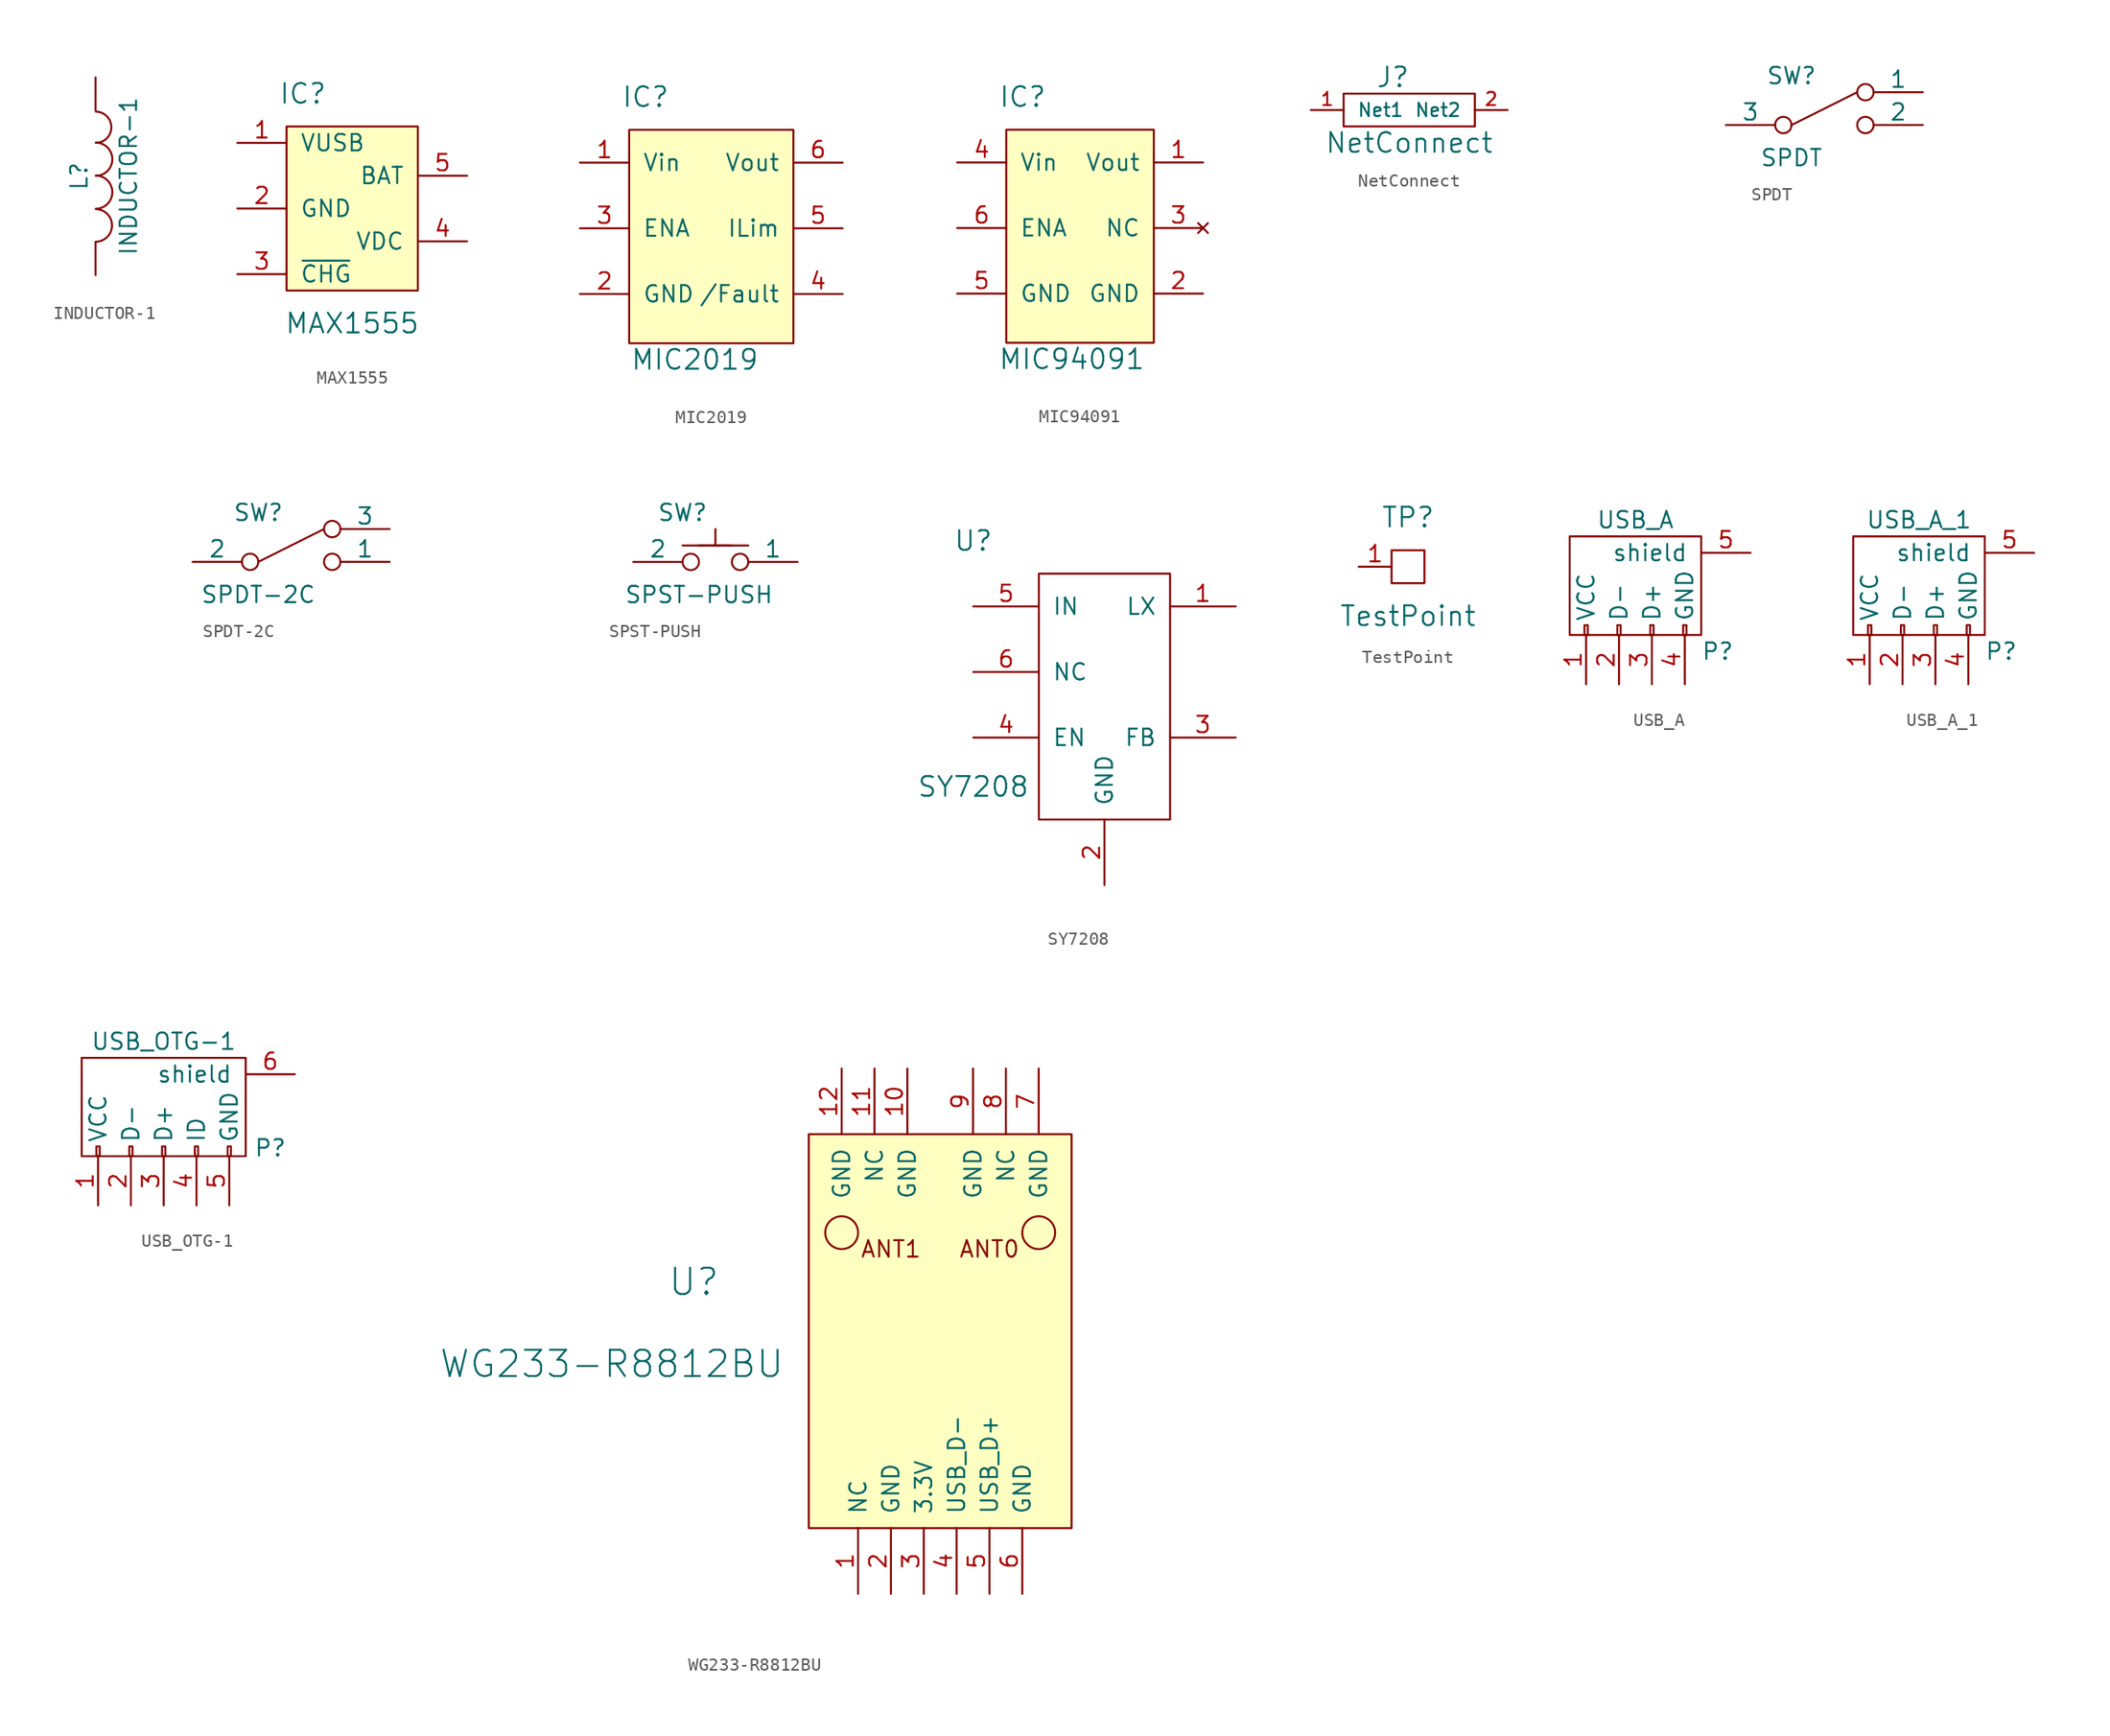
<source format=kicad_sym>
(kicad_symbol_lib
  (version 20210619)
  (generator kicad_symbol_editor)
  (symbol "CustomComponents:INDUCTOR-1"
    (pin_numbers hide)
    (pin_names
      (offset 1.016) hide)
    (property "Reference" "L"
      (at -1.27 0 90)
      (effects (font (size 1.27 1.27))))
    (property "Value" "INDUCTOR-1"
      (at 2.54 0 90)
      (effects (font (size 1.27 1.27))))
    (property "Footprint" ""
      (at 0 0 0)
      (effects (font (size 1.27 1.27))))
    (property "Datasheet" ""
      (at 0 0 0)
      (effects (font (size 1.27 1.27))))
    (symbol "INDUCTOR-1_0_1"
      (arc (start 0.0254 -5.0546) (end 0.0254 -2.54) (radius (at 0 -3.81) (length 1.27) (angles -88.9 88.9)) (stroke (width 0)) (fill (type none)))
      (arc (start 0.0254 -2.5146) (end 0.0254 0.0508) (radius (at 0 -1.2446) (length 1.2954) (angles -88.9 88.9)) (stroke (width 0)) (fill (type none)))
      (arc (start 0.0254 0.0254) (end 0.0254 2.5908) (radius (at 0 1.2954) (length 1.2954) (angles -88.9 88.9)) (stroke (width 0)) (fill (type none)))
      (arc (start 0.0254 2.5654) (end 0.0254 4.9784) (radius (at 0 3.7592) (length 1.2192) (angles -88.9 88.9)) (stroke (width 0)) (fill (type none))))
    (symbol "INDUCTOR-1_1_1"
      (pin passive line (at 0 7.62 270) (length 2.54) (name "1" (effects (font (size 1.27 1.27)))) (number "1" (effects (font (size 1.27 1.27)))))
      (pin passive line (at 0 -7.62 90) (length 2.54) (name "2" (effects (font (size 1.27 1.27)))) (number "2" (effects (font (size 1.27 1.27)))))))
  (symbol "CustomComponents:MAX1555"
    (pin_names
      (offset 1.016))
    (property "Reference" "IC"
      (at -3.81 8.89 0)
      (effects (font (size 1.524 1.524))))
    (property "Value" "MAX1555"
      (at 0 -8.89 0)
      (effects (font (size 1.524 1.524))))
    (property "Footprint" ""
      (at 0 0 0)
      (effects (font (size 1.524 1.524))))
    (property "Datasheet" ""
      (at 0 0 0)
      (effects (font (size 1.524 1.524))))
    (symbol "MAX1555_0_1"
      (rectangle (start -5.08 6.35) (end 5.08 -6.35) (stroke (width 0)) (fill (type background))))
    (symbol "MAX1555_1_1"
      (pin power_in line (at -8.89 5.08 0) (length 3.81) (name "VUSB" (effects (font (size 1.27 1.27)))) (number "1" (effects (font (size 1.27 1.27)))))
      (pin power_in line (at -8.89 0 0) (length 3.81) (name "GND" (effects (font (size 1.27 1.27)))) (number "2" (effects (font (size 1.27 1.27)))))
      (pin output line (at -8.89 -5.08 0) (length 3.81) (name "~{CHG}" (effects (font (size 1.27 1.27)))) (number "3" (effects (font (size 1.27 1.27)))))
      (pin power_in line (at 8.89 -2.54 180) (length 3.81) (name "VDC" (effects (font (size 1.27 1.27)))) (number "4" (effects (font (size 1.27 1.27)))))
      (pin power_in line (at 8.89 2.54 180) (length 3.81) (name "BAT" (effects (font (size 1.27 1.27)))) (number "5" (effects (font (size 1.27 1.27)))))))
  (symbol "CustomComponents:MIC2019"
    (pin_names
      (offset 1.016))
    (property "Reference" "IC"
      (at -3.81 8.89 0)
      (effects (font (size 1.524 1.524))))
    (property "Value" "MIC2019"
      (at 0 -11.43 0)
      (effects (font (size 1.524 1.524))))
    (property "Footprint" ""
      (at 0 0 0)
      (effects (font (size 1.524 1.524))))
    (property "Datasheet" ""
      (at 0 0 0)
      (effects (font (size 1.524 1.524))))
    (symbol "MIC2019_0_1"
      (rectangle (start -5.08 6.35) (end 7.62 -10.16) (stroke (width 0)) (fill (type background))))
    (symbol "MIC2019_1_1"
      (pin input line (at -8.89 3.81 0) (length 3.81) (name "Vin" (effects (font (size 1.27 1.27)))) (number "1" (effects (font (size 1.27 1.27)))))
      (pin input line (at -8.89 -6.35 0) (length 3.81) (name "GND" (effects (font (size 1.27 1.27)))) (number "2" (effects (font (size 1.27 1.27)))))
      (pin input line (at -8.89 -1.27 0) (length 3.81) (name "ENA" (effects (font (size 1.27 1.27)))) (number "3" (effects (font (size 1.27 1.27)))))
      (pin output line (at 11.43 -6.35 180) (length 3.81) (name "/Fault" (effects (font (size 1.27 1.27)))) (number "4" (effects (font (size 1.27 1.27)))))
      (pin input line (at 11.43 -1.27 180) (length 3.81) (name "ILim" (effects (font (size 1.27 1.27)))) (number "5" (effects (font (size 1.27 1.27)))))
      (pin power_out line (at 11.43 3.81 180) (length 3.81) (name "Vout" (effects (font (size 1.27 1.27)))) (number "6" (effects (font (size 1.27 1.27)))))))
  (symbol "CustomComponents:MIC94091"
    (pin_names
      (offset 1.016))
    (property "Reference" "IC"
      (at -3.81 8.89 0)
      (effects (font (size 1.524 1.524))))
    (property "Value" "MIC94091"
      (at 0 -11.43 0)
      (effects (font (size 1.524 1.524))))
    (property "Footprint" ""
      (at 0 0 0)
      (effects (font (size 1.524 1.524))))
    (property "Datasheet" ""
      (at 0 0 0)
      (effects (font (size 1.524 1.524))))
    (symbol "MIC94091_0_1"
      (rectangle (start -5.08 6.35) (end 6.35 -10.16) (stroke (width 0)) (fill (type background))))
    (symbol "MIC94091_1_1"
      (pin power_out line (at 10.16 3.81 180) (length 3.81) (name "Vout" (effects (font (size 1.27 1.27)))) (number "1" (effects (font (size 1.27 1.27)))))
      (pin input line (at 10.16 -6.35 180) (length 3.81) (name "GND" (effects (font (size 1.27 1.27)))) (number "2" (effects (font (size 1.27 1.27)))))
      (pin no_connect line (at 10.16 -1.27 180) (length 3.81) (name "NC" (effects (font (size 1.27 1.27)))) (number "3" (effects (font (size 1.27 1.27)))))
      (pin input line (at -8.89 3.81 0) (length 3.81) (name "Vin" (effects (font (size 1.27 1.27)))) (number "4" (effects (font (size 1.27 1.27)))))
      (pin input line (at -8.89 -6.35 0) (length 3.81) (name "GND" (effects (font (size 1.27 1.27)))) (number "5" (effects (font (size 1.27 1.27)))))
      (pin input line (at -8.89 -1.27 0) (length 3.81) (name "ENA" (effects (font (size 1.27 1.27)))) (number "6" (effects (font (size 1.27 1.27)))))))
  (symbol "CustomComponents:NetConnect"
    (pin_names
      (offset 1.016))
    (property "Reference" "J"
      (at -1.27 2.54 0)
      (effects (font (size 1.524 1.524))))
    (property "Value" "NetConnect"
      (at 0 -2.54 0)
      (effects (font (size 1.524 1.524))))
    (symbol "NetConnect_0_1"
      (rectangle (start -5.08 1.27) (end 5.08 -1.27) (stroke (width 0)) (fill (type none))))
    (symbol "NetConnect_1_1"
      (pin input line (at -7.62 0 0) (length 2.54) (name "Net1" (effects (font (size 1.016 1.016)))) (number "1" (effects (font (size 1.016 1.016)))))
      (pin input line (at 7.62 0 180) (length 2.54) (name "Net2" (effects (font (size 1.016 1.016)))) (number "2" (effects (font (size 1.016 1.016)))))))
  (symbol "CustomComponents:SPDT"
    (pin_numbers hide)
    (pin_names
      (offset 0))
    (property "Reference" "SW"
      (at -2.54 3.81 0)
      (effects (font (size 1.27 1.27))))
    (property "Value" "SPDT"
      (at -2.54 -2.54 0)
      (effects (font (size 1.27 1.27))))
    (property "Footprint" ""
      (at -15.875 4.445 0)
      (effects (font (size 1.27 1.27))))
    (property "Datasheet" ""
      (at -15.875 4.445 0)
      (effects (font (size 1.27 1.27))))
    (symbol "SPDT_0_1"
      (circle (center -3.175 0) (radius 0.635) (stroke (width 0)) (fill (type none)))
      (circle (center 3.175 0) (radius 0.635) (stroke (width 0)) (fill (type none)))
      (circle (center 3.175 2.54) (radius 0.635) (stroke (width 0)) (fill (type none)))
      (polyline (pts (xy -2.54 0) (xy 2.54 2.54)) (stroke (width 0)) (fill (type none))))
    (symbol "SPDT_1_1"
      (pin passive line (at 7.62 2.54 180) (length 3.81) (name "1" (effects (font (size 1.27 1.27)))) (number "1" (effects (font (size 1.27 1.27)))))
      (pin passive line (at 7.62 0 180) (length 3.81) (name "2" (effects (font (size 1.27 1.27)))) (number "2" (effects (font (size 1.27 1.27)))))
      (pin passive line (at -7.62 0 0) (length 3.81) (name "3" (effects (font (size 1.27 1.27)))) (number "3" (effects (font (size 1.27 1.27)))))))
  (symbol "CustomComponents:SPDT-2C"
    (pin_numbers hide)
    (pin_names
      (offset 0))
    (property "Reference" "SW"
      (at -2.54 3.81 0)
      (effects (font (size 1.27 1.27))))
    (property "Value" "SPDT-2C"
      (at -2.54 -2.54 0)
      (effects (font (size 1.27 1.27))))
    (property "Footprint" ""
      (at -15.875 4.445 0)
      (effects (font (size 1.27 1.27))))
    (property "Datasheet" ""
      (at -15.875 4.445 0)
      (effects (font (size 1.27 1.27))))
    (symbol "SPDT-2C_0_1"
      (circle (center -3.175 0) (radius 0.635) (stroke (width 0)) (fill (type none)))
      (circle (center 3.175 0) (radius 0.635) (stroke (width 0)) (fill (type none)))
      (circle (center 3.175 2.54) (radius 0.635) (stroke (width 0)) (fill (type none)))
      (polyline (pts (xy -2.54 0) (xy 2.54 2.54)) (stroke (width 0)) (fill (type none))))
    (symbol "SPDT-2C_1_1"
      (pin passive line (at 7.62 0 180) (length 3.81) (name "1" (effects (font (size 1.27 1.27)))) (number "1" (effects (font (size 1.27 1.27)))))
      (pin passive line (at -7.62 0 0) (length 3.81) (name "2" (effects (font (size 1.27 1.27)))) (number "2" (effects (font (size 1.27 1.27)))))
      (pin passive line (at 7.62 2.54 180) (length 3.81) (name "3" (effects (font (size 1.27 1.27)))) (number "3" (effects (font (size 1.27 1.27)))))))
  (symbol "CustomComponents:SPST-PUSH"
    (pin_numbers hide)
    (pin_names
      (offset 0))
    (property "Reference" "SW"
      (at -2.54 3.81 0)
      (effects (font (size 1.27 1.27))))
    (property "Value" "SPST-PUSH"
      (at -1.27 -2.54 0)
      (effects (font (size 1.27 1.27))))
    (property "Footprint" ""
      (at -15.875 4.445 0)
      (effects (font (size 1.27 1.27))))
    (property "Datasheet" ""
      (at -15.875 4.445 0)
      (effects (font (size 1.27 1.27))))
    (symbol "SPST-PUSH_0_1"
      (circle (center -1.905 0) (radius 0.635) (stroke (width 0)) (fill (type none)))
      (circle (center 1.905 0) (radius 0.635) (stroke (width 0)) (fill (type none)))
      (polyline (pts (xy -1.27 1.27) (xy -2.54 1.27) (xy 1.27 1.27) (xy 2.54 1.27)) (stroke (width 0)) (fill (type none)))
      (polyline (pts (xy -1.27 1.27) (xy 1.27 1.27) (xy 0 1.27) (xy 0 2.54)) (stroke (width 0)) (fill (type none))))
    (symbol "SPST-PUSH_1_1"
      (pin passive line (at 6.35 0 180) (length 3.81) (name "1" (effects (font (size 1.27 1.27)))) (number "1" (effects (font (size 1.27 1.27)))))
      (pin passive line (at -6.35 0 0) (length 3.81) (name "2" (effects (font (size 1.27 1.27)))) (number "2" (effects (font (size 1.27 1.27)))))))
  (symbol "CustomComponents:SY7208"
    (pin_names
      (offset 1.016))
    (property "Reference" "U"
      (at -10.16 5.08 0)
      (effects (font (size 1.524 1.524))))
    (property "Value" "SY7208"
      (at -10.16 -13.97 0)
      (effects (font (size 1.524 1.524))))
    (symbol "SY7208_0_1"
      (rectangle (start -5.08 2.54) (end 5.08 -16.51) (stroke (width 0)) (fill (type none))))
    (symbol "SY7208_1_1"
      (pin input line (at 10.16 0 180) (length 5.08) (name "LX" (effects (font (size 1.27 1.27)))) (number "1" (effects (font (size 1.27 1.27)))))
      (pin input line (at 0 -21.59 90) (length 5.08) (name "GND" (effects (font (size 1.27 1.27)))) (number "2" (effects (font (size 1.27 1.27)))))
      (pin input line (at 10.16 -10.16 180) (length 5.08) (name "FB" (effects (font (size 1.27 1.27)))) (number "3" (effects (font (size 1.27 1.27)))))
      (pin input line (at -10.16 -10.16 0) (length 5.08) (name "EN" (effects (font (size 1.27 1.27)))) (number "4" (effects (font (size 1.27 1.27)))))
      (pin input line (at -10.16 0 0) (length 5.08) (name "IN" (effects (font (size 1.27 1.27)))) (number "5" (effects (font (size 1.27 1.27)))))
      (pin input line (at -10.16 -5.08 0) (length 5.08) (name "NC" (effects (font (size 1.27 1.27)))) (number "6" (effects (font (size 1.27 1.27)))))))
  (symbol "CustomComponents:TestPoint"
    (pin_names
      (offset 1.016))
    (property "Reference" "TP"
      (at -1.27 3.81 0)
      (effects (font (size 1.524 1.524))))
    (property "Value" "TestPoint"
      (at -1.27 -3.81 0)
      (effects (font (size 1.524 1.524))))
    (symbol "TestPoint_0_1"
      (rectangle (start -2.54 1.27) (end 0 -1.27) (stroke (width 0)) (fill (type none))))
    (symbol "TestPoint_1_1"
      (pin input line (at -5.08 0 0) (length 2.54) (name "~" (effects (font (size 1.27 1.27)))) (number "1" (effects (font (size 1.27 1.27)))))))
  (symbol "CustomComponents:USB_A"
    (pin_names
      (offset 1.016))
    (property "Reference" "P"
      (at 5.08 -5.08 0)
      (effects (font (size 1.27 1.27))))
    (property "Value" "USB_A"
      (at -1.27 5.08 0)
      (effects (font (size 1.27 1.27))))
    (property "Footprint" ""
      (at -1.27 -2.54 90)
      (effects (font (size 1.27 1.27))))
    (property "Datasheet" ""
      (at -1.27 -2.54 90)
      (effects (font (size 1.27 1.27))))
    (symbol "USB_A_0_1"
      (rectangle (start -6.35 -3.81) (end 3.81 3.81) (stroke (width 0)) (fill (type none)))
      (rectangle (start -5.207 -3.81) (end -4.953 -3.048) (stroke (width 0)) (fill (type none)))
      (rectangle (start -2.667 -3.81) (end -2.413 -3.048) (stroke (width 0)) (fill (type none)))
      (rectangle (start -0.127 -3.81) (end 0.127 -3.048) (stroke (width 0)) (fill (type none)))
      (rectangle (start 2.413 -3.81) (end 2.667 -3.048) (stroke (width 0)) (fill (type none))))
    (symbol "USB_A_1_1"
      (pin input line (at -5.08 -7.62 90) (length 3.81) (name "VCC" (effects (font (size 1.27 1.27)))) (number "1" (effects (font (size 1.27 1.27)))))
      (pin passive line (at -2.54 -7.62 90) (length 3.81) (name "D-" (effects (font (size 1.27 1.27)))) (number "2" (effects (font (size 1.27 1.27)))))
      (pin passive line (at 0 -7.62 90) (length 3.81) (name "D+" (effects (font (size 1.27 1.27)))) (number "3" (effects (font (size 1.27 1.27)))))
      (pin input line (at 2.54 -7.62 90) (length 3.81) (name "GND" (effects (font (size 1.27 1.27)))) (number "4" (effects (font (size 1.27 1.27)))))
      (pin passive line (at 7.62 2.54 180) (length 3.81) (name "shield" (effects (font (size 1.27 1.27)))) (number "5" (effects (font (size 1.27 1.27)))))))
  (symbol "CustomComponents:USB_A_1"
    (pin_names
      (offset 1.016))
    (property "Reference" "P"
      (at 5.08 -5.08 0)
      (effects (font (size 1.27 1.27))))
    (property "Value" "USB_A_1"
      (at -1.27 5.08 0)
      (effects (font (size 1.27 1.27))))
    (property "Footprint" ""
      (at -1.27 -2.54 90)
      (effects (font (size 1.27 1.27))))
    (property "Datasheet" ""
      (at -1.27 -2.54 90)
      (effects (font (size 1.27 1.27))))
    (symbol "USB_A_1_0_1"
      (rectangle (start -6.35 -3.81) (end 3.81 3.81) (stroke (width 0)) (fill (type none)))
      (rectangle (start -5.207 -3.81) (end -4.953 -3.048) (stroke (width 0)) (fill (type none)))
      (rectangle (start -2.667 -3.81) (end -2.413 -3.048) (stroke (width 0)) (fill (type none)))
      (rectangle (start -0.127 -3.81) (end 0.127 -3.048) (stroke (width 0)) (fill (type none)))
      (rectangle (start 2.413 -3.81) (end 2.667 -3.048) (stroke (width 0)) (fill (type none))))
    (symbol "USB_A_1_1_1"
      (pin input line (at -5.08 -7.62 90) (length 3.81) (name "VCC" (effects (font (size 1.27 1.27)))) (number "1" (effects (font (size 1.27 1.27)))))
      (pin passive line (at -2.54 -7.62 90) (length 3.81) (name "D-" (effects (font (size 1.27 1.27)))) (number "2" (effects (font (size 1.27 1.27)))))
      (pin passive line (at 0 -7.62 90) (length 3.81) (name "D+" (effects (font (size 1.27 1.27)))) (number "3" (effects (font (size 1.27 1.27)))))
      (pin input line (at 2.54 -7.62 90) (length 3.81) (name "GND" (effects (font (size 1.27 1.27)))) (number "4" (effects (font (size 1.27 1.27)))))
      (pin passive line (at 7.62 2.54 180) (length 3.81) (name "shield" (effects (font (size 1.27 1.27)))) (number "5" (effects (font (size 1.27 1.27)))))))
  (symbol "CustomComponents:USB_OTG-1"
    (pin_names
      (offset 1.016))
    (property "Reference" "P"
      (at 8.255 -3.175 0)
      (effects (font (size 1.27 1.27))))
    (property "Value" "USB_OTG-1"
      (at 0 5.08 0)
      (effects (font (size 1.27 1.27))))
    (property "Footprint" ""
      (at -1.27 -2.54 90)
      (effects (font (size 1.27 1.27))))
    (property "Datasheet" ""
      (at -1.27 -2.54 90)
      (effects (font (size 1.27 1.27))))
    (symbol "USB_OTG-1_0_1"
      (rectangle (start -6.35 -3.81) (end 6.35 3.81) (stroke (width 0)) (fill (type none)))
      (rectangle (start -5.207 -3.81) (end -4.953 -3.048) (stroke (width 0)) (fill (type none)))
      (rectangle (start -2.667 -3.81) (end -2.413 -3.048) (stroke (width 0)) (fill (type none)))
      (rectangle (start -0.127 -3.81) (end 0.127 -3.048) (stroke (width 0)) (fill (type none)))
      (rectangle (start 2.413 -3.81) (end 2.667 -3.048) (stroke (width 0)) (fill (type none)))
      (rectangle (start 4.953 -3.81) (end 5.207 -3.048) (stroke (width 0)) (fill (type none))))
    (symbol "USB_OTG-1_1_1"
      (pin power_out line (at -5.08 -7.62 90) (length 3.81) (name "VCC" (effects (font (size 1.27 1.27)))) (number "1" (effects (font (size 1.27 1.27)))))
      (pin passive line (at -2.54 -7.62 90) (length 3.81) (name "D-" (effects (font (size 1.27 1.27)))) (number "2" (effects (font (size 1.27 1.27)))))
      (pin passive line (at 0 -7.62 90) (length 3.81) (name "D+" (effects (font (size 1.27 1.27)))) (number "3" (effects (font (size 1.27 1.27)))))
      (pin power_in line (at 2.54 -7.62 90) (length 3.81) (name "ID" (effects (font (size 1.27 1.27)))) (number "4" (effects (font (size 1.27 1.27)))))
      (pin power_out line (at 5.08 -7.62 90) (length 3.81) (name "GND" (effects (font (size 1.27 1.27)))) (number "5" (effects (font (size 1.27 1.27)))))
      (pin passive line (at 10.16 2.54 180) (length 3.81) (name "shield" (effects (font (size 1.27 1.27)))) (number "6" (effects (font (size 1.27 1.27)))))))
  (symbol "CustomComponents:WG233-R8812BU"
    (pin_names
      (offset 1.016))
    (property "Reference" "U"
      (at -26.67 19.05 0)
      (effects (font (size 2.032 2.032))))
    (property "Value" "WG233-R8812BU"
      (at -33.02 12.7 0)
      (effects (font (size 2.032 2.032))))
    (symbol "WG233-R8812BU_0_0"
      (text "ANT0" (at -3.81 21.59 0) (effects (font (size 1.27 1.27))))
      (text "ANT1" (at -11.43 21.59 0) (effects (font (size 1.27 1.27)))))
    (symbol "WG233-R8812BU_0_1"
      (circle (center -15.24 22.86) (radius 1.27) (stroke (width 0)) (fill (type none)))
      (circle (center 0 22.86) (radius 1.27) (stroke (width 0)) (fill (type none)))
      (rectangle (start -17.78 0) (end 2.54 30.48) (stroke (width 0)) (fill (type background))))
    (symbol "WG233-R8812BU_1_1"
      (pin input line (at -13.97 -5.08 90) (length 5.08) (name "NC" (effects (font (size 1.27 1.27)))) (number "1" (effects (font (size 1.27 1.27)))))
      (pin input line (at -10.16 35.56 270) (length 5.08) (name "GND" (effects (font (size 1.27 1.27)))) (number "10" (effects (font (size 1.27 1.27)))))
      (pin input line (at -12.7 35.56 270) (length 5.08) (name "NC" (effects (font (size 1.27 1.27)))) (number "11" (effects (font (size 1.27 1.27)))))
      (pin input line (at -15.24 35.56 270) (length 5.08) (name "GND" (effects (font (size 1.27 1.27)))) (number "12" (effects (font (size 1.27 1.27)))))
      (pin input line (at -11.43 -5.08 90) (length 5.08) (name "GND" (effects (font (size 1.27 1.27)))) (number "2" (effects (font (size 1.27 1.27)))))
      (pin input line (at -8.89 -5.08 90) (length 5.08) (name "3.3V" (effects (font (size 1.27 1.27)))) (number "3" (effects (font (size 1.27 1.27)))))
      (pin input line (at -6.35 -5.08 90) (length 5.08) (name "USB_D-" (effects (font (size 1.27 1.27)))) (number "4" (effects (font (size 1.27 1.27)))))
      (pin input line (at -3.81 -5.08 90) (length 5.08) (name "USB_D+" (effects (font (size 1.27 1.27)))) (number "5" (effects (font (size 1.27 1.27)))))
      (pin input line (at -1.27 -5.08 90) (length 5.08) (name "GND" (effects (font (size 1.27 1.27)))) (number "6" (effects (font (size 1.27 1.27)))))
      (pin input line (at 0 35.56 270) (length 5.08) (name "GND" (effects (font (size 1.27 1.27)))) (number "7" (effects (font (size 1.27 1.27)))))
      (pin input line (at -2.54 35.56 270) (length 5.08) (name "NC" (effects (font (size 1.27 1.27)))) (number "8" (effects (font (size 1.27 1.27)))))
      (pin input line (at -5.08 35.56 270) (length 5.08) (name "GND" (effects (font (size 1.27 1.27)))) (number "9" (effects (font (size 1.27 1.27))))))))
</source>
